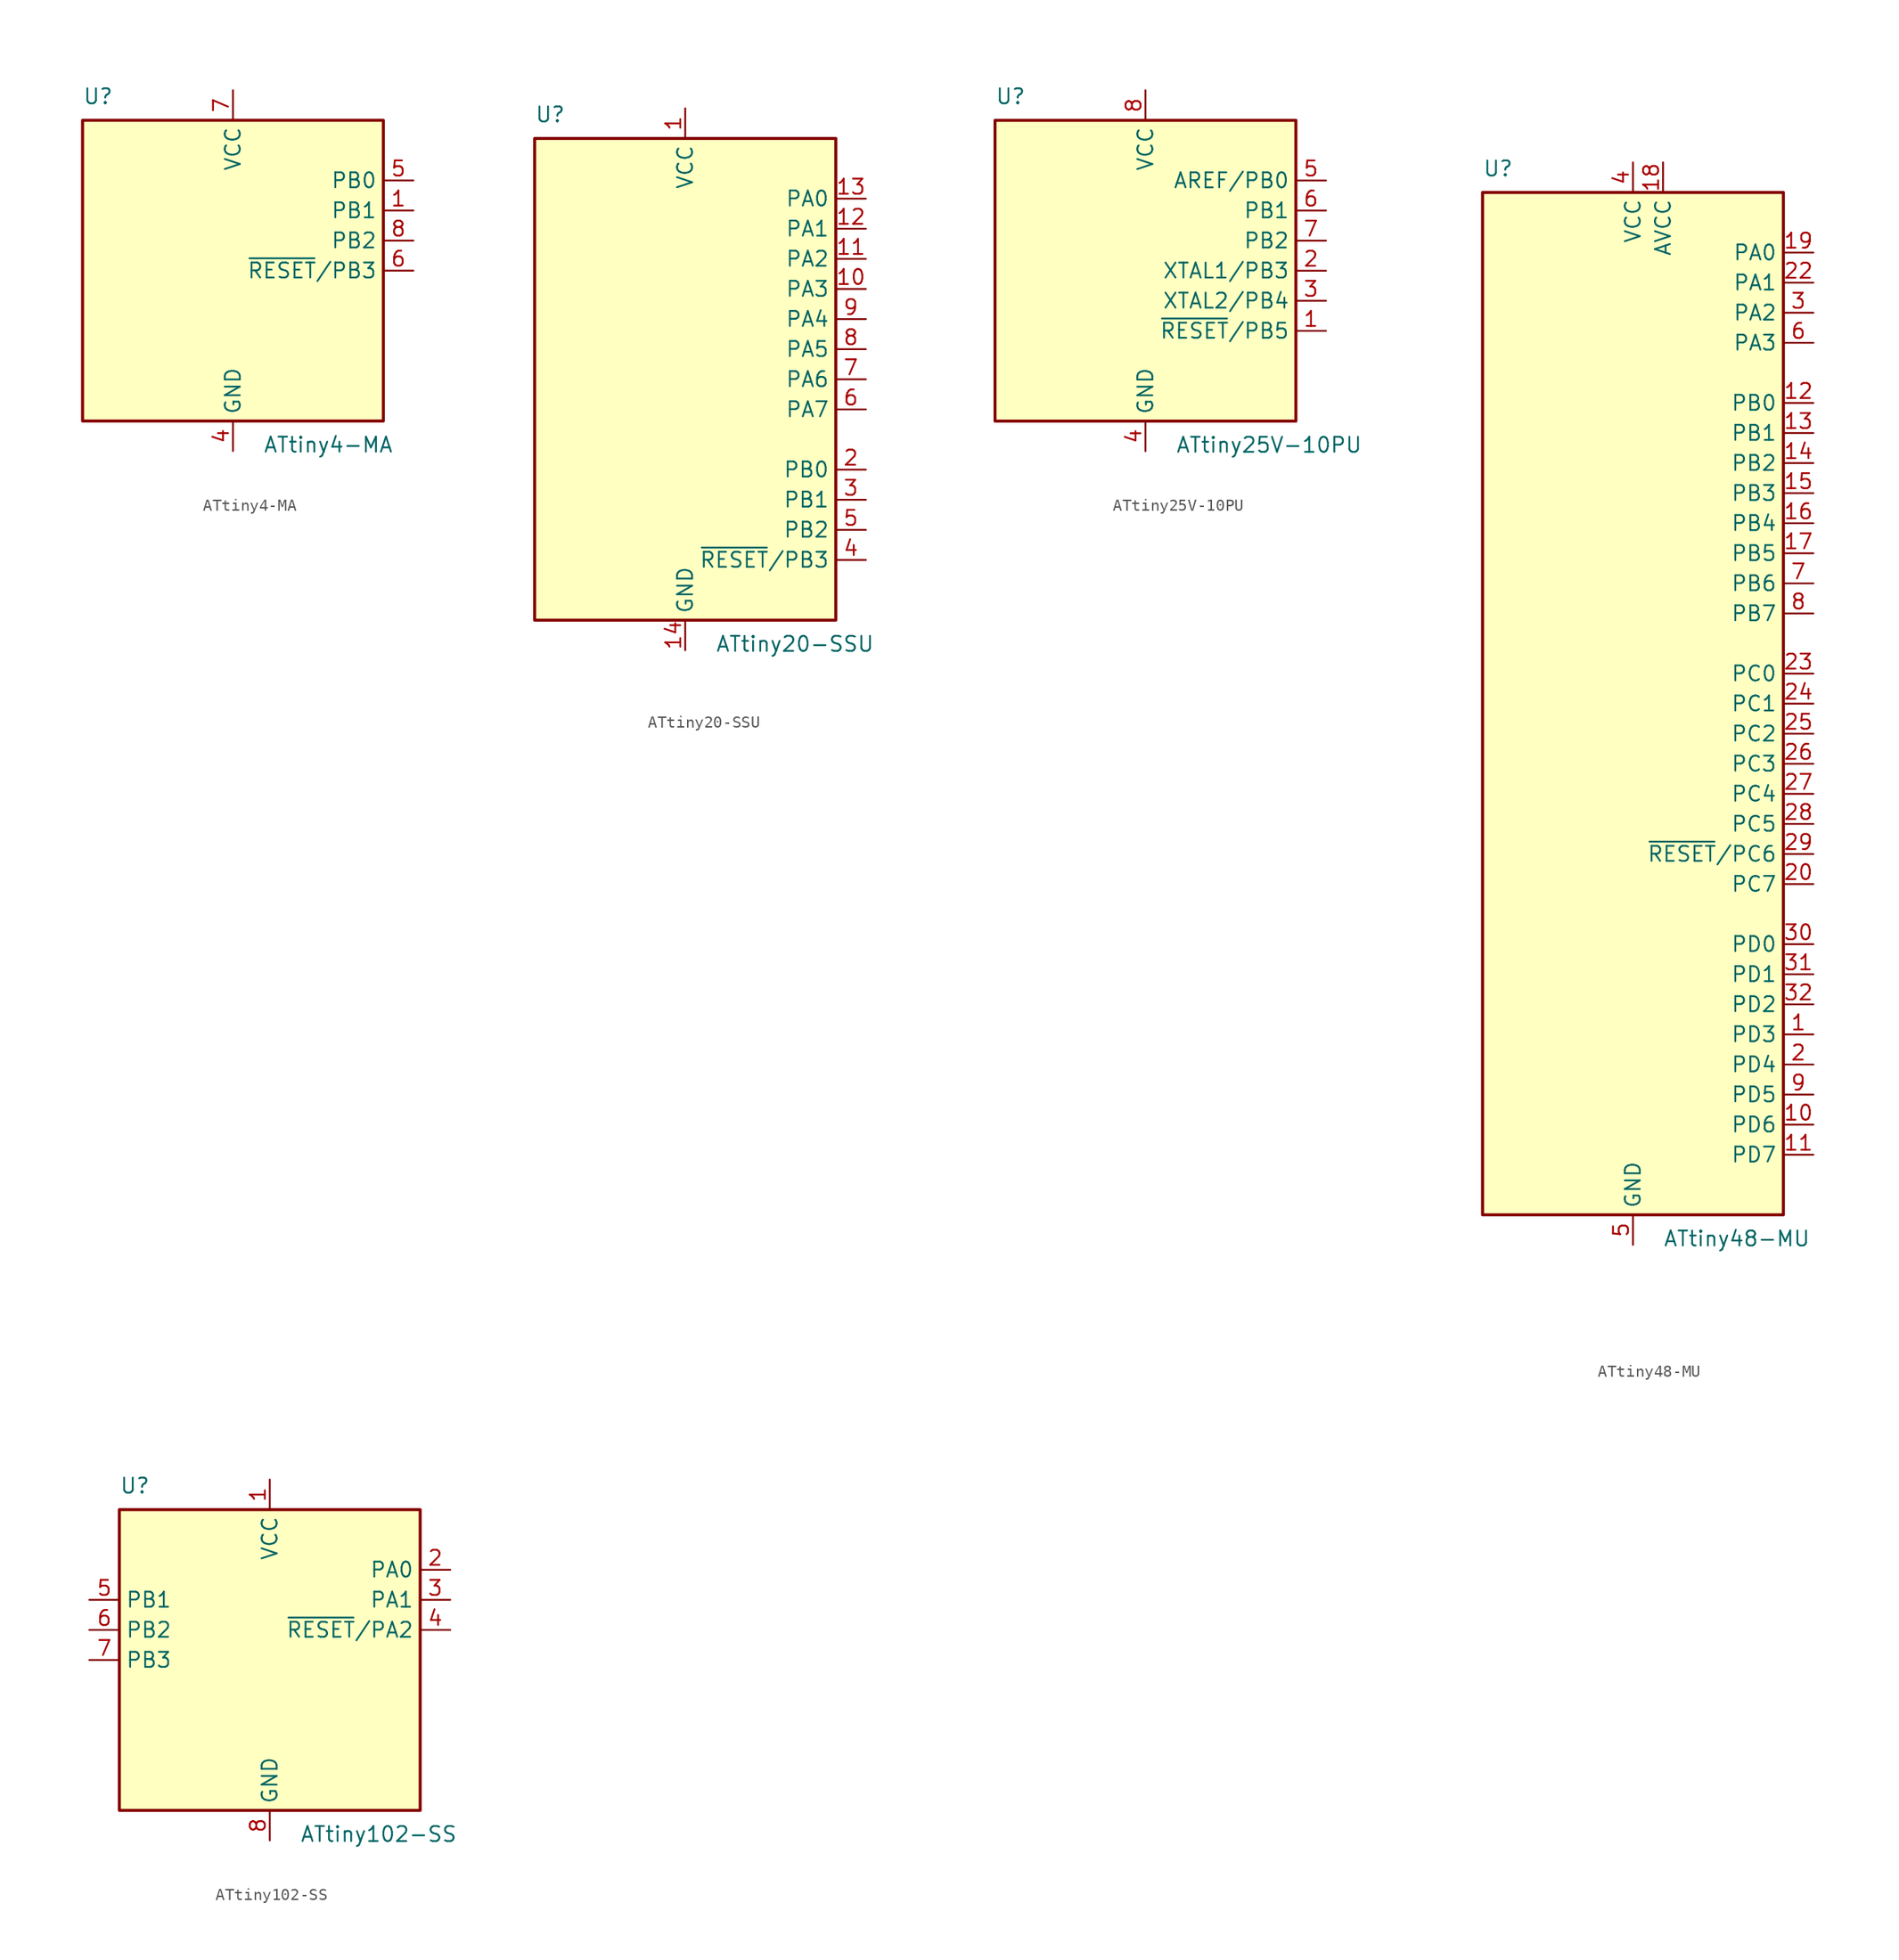
<source format=kicad_sym>
(kicad_symbol_lib
  (version 20201005)
  (generator kicad_symbol_editor)
  (symbol "ATtiny4-MA"
    (property "Reference" "U"
      (at -12.7 13.97 0)
      (effects (font (size 1.27 1.27)) (justify left bottom)))
    (property "Value" "ATtiny4-MA"
      (at 2.54 -13.97 0)
      (effects (font (size 1.27 1.27)) (justify left top)))
    (symbol "ATtiny4-MA_0_1"
      (rectangle (start -12.7 -12.7) (end 12.7 12.7) (stroke (width 0.254)) (fill (type background))))
    (symbol "ATtiny4-MA_1_1"
      (pin tri_state line (at 15.24 5.08 180) (length 2.54) (name "PB1" (effects (font (size 1.27 1.27)))) (number "1" (effects (font (size 1.27 1.27)))))
      (pin no_connect line (at -12.7 7.62 0) (length 2.54) hide (name "NC" (effects (font (size 1.27 1.27)))) (number "2" (effects (font (size 1.27 1.27)))))
      (pin no_connect line (at -12.7 5.08 0) (length 2.54) hide (name "NC" (effects (font (size 1.27 1.27)))) (number "3" (effects (font (size 1.27 1.27)))))
      (pin power_in line (at 0 -15.24 90) (length 2.54) (name "GND" (effects (font (size 1.27 1.27)))) (number "4" (effects (font (size 1.27 1.27)))))
      (pin tri_state line (at 15.24 7.62 180) (length 2.54) (name "PB0" (effects (font (size 1.27 1.27)))) (number "5" (effects (font (size 1.27 1.27)))))
      (pin tri_state line (at 15.24 0 180) (length 2.54) (name "~RESET~/PB3" (effects (font (size 1.27 1.27)))) (number "6" (effects (font (size 1.27 1.27)))))
      (pin power_in line (at 0 15.24 270) (length 2.54) (name "VCC" (effects (font (size 1.27 1.27)))) (number "7" (effects (font (size 1.27 1.27)))))
      (pin tri_state line (at 15.24 2.54 180) (length 2.54) (name "PB2" (effects (font (size 1.27 1.27)))) (number "8" (effects (font (size 1.27 1.27)))))))
  (symbol "ATtiny20-SSU"
    (property "Reference" "U"
      (at -12.7 21.59 0)
      (effects (font (size 1.27 1.27)) (justify left bottom)))
    (property "Value" "ATtiny20-SSU"
      (at 2.54 -21.59 0)
      (effects (font (size 1.27 1.27)) (justify left top)))
    (symbol "ATtiny20-SSU_0_1"
      (rectangle (start -12.7 -20.32) (end 12.7 20.32) (stroke (width 0.254)) (fill (type background))))
    (symbol "ATtiny20-SSU_1_1"
      (pin power_in line (at 0 22.86 270) (length 2.54) (name "VCC" (effects (font (size 1.27 1.27)))) (number "1" (effects (font (size 1.27 1.27)))))
      (pin tri_state line (at 15.24 7.62 180) (length 2.54) (name "PA3" (effects (font (size 1.27 1.27)))) (number "10" (effects (font (size 1.27 1.27)))))
      (pin tri_state line (at 15.24 10.16 180) (length 2.54) (name "PA2" (effects (font (size 1.27 1.27)))) (number "11" (effects (font (size 1.27 1.27)))))
      (pin tri_state line (at 15.24 12.7 180) (length 2.54) (name "PA1" (effects (font (size 1.27 1.27)))) (number "12" (effects (font (size 1.27 1.27)))))
      (pin tri_state line (at 15.24 15.24 180) (length 2.54) (name "PA0" (effects (font (size 1.27 1.27)))) (number "13" (effects (font (size 1.27 1.27)))))
      (pin power_in line (at 0 -22.86 90) (length 2.54) (name "GND" (effects (font (size 1.27 1.27)))) (number "14" (effects (font (size 1.27 1.27)))))
      (pin tri_state line (at 15.24 -7.62 180) (length 2.54) (name "PB0" (effects (font (size 1.27 1.27)))) (number "2" (effects (font (size 1.27 1.27)))))
      (pin tri_state line (at 15.24 -10.16 180) (length 2.54) (name "PB1" (effects (font (size 1.27 1.27)))) (number "3" (effects (font (size 1.27 1.27)))))
      (pin tri_state line (at 15.24 -15.24 180) (length 2.54) (name "~RESET~/PB3" (effects (font (size 1.27 1.27)))) (number "4" (effects (font (size 1.27 1.27)))))
      (pin tri_state line (at 15.24 -12.7 180) (length 2.54) (name "PB2" (effects (font (size 1.27 1.27)))) (number "5" (effects (font (size 1.27 1.27)))))
      (pin tri_state line (at 15.24 -2.54 180) (length 2.54) (name "PA7" (effects (font (size 1.27 1.27)))) (number "6" (effects (font (size 1.27 1.27)))))
      (pin tri_state line (at 15.24 0 180) (length 2.54) (name "PA6" (effects (font (size 1.27 1.27)))) (number "7" (effects (font (size 1.27 1.27)))))
      (pin tri_state line (at 15.24 2.54 180) (length 2.54) (name "PA5" (effects (font (size 1.27 1.27)))) (number "8" (effects (font (size 1.27 1.27)))))
      (pin tri_state line (at 15.24 5.08 180) (length 2.54) (name "PA4" (effects (font (size 1.27 1.27)))) (number "9" (effects (font (size 1.27 1.27)))))))
  (symbol "ATtiny25V-10PU"
    (property "Reference" "U"
      (at -12.7 13.97 0)
      (effects (font (size 1.27 1.27)) (justify left bottom)))
    (property "Value" "ATtiny25V-10PU"
      (at 2.54 -13.97 0)
      (effects (font (size 1.27 1.27)) (justify left top)))
    (symbol "ATtiny25V-10PU_0_1"
      (rectangle (start -12.7 -12.7) (end 12.7 12.7) (stroke (width 0.254)) (fill (type background))))
    (symbol "ATtiny25V-10PU_1_1"
      (pin tri_state line (at 15.24 -5.08 180) (length 2.54) (name "~RESET~/PB5" (effects (font (size 1.27 1.27)))) (number "1" (effects (font (size 1.27 1.27)))))
      (pin tri_state line (at 15.24 0 180) (length 2.54) (name "XTAL1/PB3" (effects (font (size 1.27 1.27)))) (number "2" (effects (font (size 1.27 1.27)))))
      (pin tri_state line (at 15.24 -2.54 180) (length 2.54) (name "XTAL2/PB4" (effects (font (size 1.27 1.27)))) (number "3" (effects (font (size 1.27 1.27)))))
      (pin power_in line (at 0 -15.24 90) (length 2.54) (name "GND" (effects (font (size 1.27 1.27)))) (number "4" (effects (font (size 1.27 1.27)))))
      (pin tri_state line (at 15.24 7.62 180) (length 2.54) (name "AREF/PB0" (effects (font (size 1.27 1.27)))) (number "5" (effects (font (size 1.27 1.27)))))
      (pin tri_state line (at 15.24 5.08 180) (length 2.54) (name "PB1" (effects (font (size 1.27 1.27)))) (number "6" (effects (font (size 1.27 1.27)))))
      (pin tri_state line (at 15.24 2.54 180) (length 2.54) (name "PB2" (effects (font (size 1.27 1.27)))) (number "7" (effects (font (size 1.27 1.27)))))
      (pin power_in line (at 0 15.24 270) (length 2.54) (name "VCC" (effects (font (size 1.27 1.27)))) (number "8" (effects (font (size 1.27 1.27)))))))
  (symbol "ATtiny48-MU"
    (property "Reference" "U"
      (at -12.7 44.45 0)
      (effects (font (size 1.27 1.27)) (justify left bottom)))
    (property "Value" "ATtiny48-MU"
      (at 2.54 -44.45 0)
      (effects (font (size 1.27 1.27)) (justify left top)))
    (symbol "ATtiny48-MU_0_1"
      (rectangle (start -12.7 -43.18) (end 12.7 43.18) (stroke (width 0.254)) (fill (type background))))
    (symbol "ATtiny48-MU_1_1"
      (pin tri_state line (at 15.24 -27.94 180) (length 2.54) (name "PD3" (effects (font (size 1.27 1.27)))) (number "1" (effects (font (size 1.27 1.27)))))
      (pin tri_state line (at 15.24 -35.56 180) (length 2.54) (name "PD6" (effects (font (size 1.27 1.27)))) (number "10" (effects (font (size 1.27 1.27)))))
      (pin tri_state line (at 15.24 -38.1 180) (length 2.54) (name "PD7" (effects (font (size 1.27 1.27)))) (number "11" (effects (font (size 1.27 1.27)))))
      (pin tri_state line (at 15.24 25.4 180) (length 2.54) (name "PB0" (effects (font (size 1.27 1.27)))) (number "12" (effects (font (size 1.27 1.27)))))
      (pin tri_state line (at 15.24 22.86 180) (length 2.54) (name "PB1" (effects (font (size 1.27 1.27)))) (number "13" (effects (font (size 1.27 1.27)))))
      (pin tri_state line (at 15.24 20.32 180) (length 2.54) (name "PB2" (effects (font (size 1.27 1.27)))) (number "14" (effects (font (size 1.27 1.27)))))
      (pin tri_state line (at 15.24 17.78 180) (length 2.54) (name "PB3" (effects (font (size 1.27 1.27)))) (number "15" (effects (font (size 1.27 1.27)))))
      (pin tri_state line (at 15.24 15.24 180) (length 2.54) (name "PB4" (effects (font (size 1.27 1.27)))) (number "16" (effects (font (size 1.27 1.27)))))
      (pin tri_state line (at 15.24 12.7 180) (length 2.54) (name "PB5" (effects (font (size 1.27 1.27)))) (number "17" (effects (font (size 1.27 1.27)))))
      (pin power_in line (at 2.54 45.72 270) (length 2.54) (name "AVCC" (effects (font (size 1.27 1.27)))) (number "18" (effects (font (size 1.27 1.27)))))
      (pin tri_state line (at 15.24 38.1 180) (length 2.54) (name "PA0" (effects (font (size 1.27 1.27)))) (number "19" (effects (font (size 1.27 1.27)))))
      (pin tri_state line (at 15.24 -30.48 180) (length 2.54) (name "PD4" (effects (font (size 1.27 1.27)))) (number "2" (effects (font (size 1.27 1.27)))))
      (pin tri_state line (at 15.24 -15.24 180) (length 2.54) (name "PC7" (effects (font (size 1.27 1.27)))) (number "20" (effects (font (size 1.27 1.27)))))
      (pin passive line (at 0 -45.72 90) (length 2.54) hide (name "GND" (effects (font (size 1.27 1.27)))) (number "21" (effects (font (size 1.27 1.27)))))
      (pin tri_state line (at 15.24 35.56 180) (length 2.54) (name "PA1" (effects (font (size 1.27 1.27)))) (number "22" (effects (font (size 1.27 1.27)))))
      (pin tri_state line (at 15.24 2.54 180) (length 2.54) (name "PC0" (effects (font (size 1.27 1.27)))) (number "23" (effects (font (size 1.27 1.27)))))
      (pin tri_state line (at 15.24 0 180) (length 2.54) (name "PC1" (effects (font (size 1.27 1.27)))) (number "24" (effects (font (size 1.27 1.27)))))
      (pin tri_state line (at 15.24 -2.54 180) (length 2.54) (name "PC2" (effects (font (size 1.27 1.27)))) (number "25" (effects (font (size 1.27 1.27)))))
      (pin tri_state line (at 15.24 -5.08 180) (length 2.54) (name "PC3" (effects (font (size 1.27 1.27)))) (number "26" (effects (font (size 1.27 1.27)))))
      (pin tri_state line (at 15.24 -7.62 180) (length 2.54) (name "PC4" (effects (font (size 1.27 1.27)))) (number "27" (effects (font (size 1.27 1.27)))))
      (pin tri_state line (at 15.24 -10.16 180) (length 2.54) (name "PC5" (effects (font (size 1.27 1.27)))) (number "28" (effects (font (size 1.27 1.27)))))
      (pin tri_state line (at 15.24 -12.7 180) (length 2.54) (name "~RESET~/PC6" (effects (font (size 1.27 1.27)))) (number "29" (effects (font (size 1.27 1.27)))))
      (pin tri_state line (at 15.24 33.02 180) (length 2.54) (name "PA2" (effects (font (size 1.27 1.27)))) (number "3" (effects (font (size 1.27 1.27)))))
      (pin tri_state line (at 15.24 -20.32 180) (length 2.54) (name "PD0" (effects (font (size 1.27 1.27)))) (number "30" (effects (font (size 1.27 1.27)))))
      (pin tri_state line (at 15.24 -22.86 180) (length 2.54) (name "PD1" (effects (font (size 1.27 1.27)))) (number "31" (effects (font (size 1.27 1.27)))))
      (pin tri_state line (at 15.24 -25.4 180) (length 2.54) (name "PD2" (effects (font (size 1.27 1.27)))) (number "32" (effects (font (size 1.27 1.27)))))
      (pin passive line (at 0 -45.72 90) (length 2.54) hide (name "GND" (effects (font (size 1.27 1.27)))) (number "33" (effects (font (size 1.27 1.27)))))
      (pin power_in line (at 0 45.72 270) (length 2.54) (name "VCC" (effects (font (size 1.27 1.27)))) (number "4" (effects (font (size 1.27 1.27)))))
      (pin power_in line (at 0 -45.72 90) (length 2.54) (name "GND" (effects (font (size 1.27 1.27)))) (number "5" (effects (font (size 1.27 1.27)))))
      (pin tri_state line (at 15.24 30.48 180) (length 2.54) (name "PA3" (effects (font (size 1.27 1.27)))) (number "6" (effects (font (size 1.27 1.27)))))
      (pin tri_state line (at 15.24 10.16 180) (length 2.54) (name "PB6" (effects (font (size 1.27 1.27)))) (number "7" (effects (font (size 1.27 1.27)))))
      (pin tri_state line (at 15.24 7.62 180) (length 2.54) (name "PB7" (effects (font (size 1.27 1.27)))) (number "8" (effects (font (size 1.27 1.27)))))
      (pin tri_state line (at 15.24 -33.02 180) (length 2.54) (name "PD5" (effects (font (size 1.27 1.27)))) (number "9" (effects (font (size 1.27 1.27)))))))
  (symbol "ATtiny102-SS"
    (property "Reference" "U"
      (at -12.7 13.97 0)
      (effects (font (size 1.27 1.27)) (justify left bottom)))
    (property "Value" "ATtiny102-SS"
      (at 2.54 -13.97 0)
      (effects (font (size 1.27 1.27)) (justify left top)))
    (symbol "ATtiny102-SS_0_1"
      (rectangle (start -12.7 -12.7) (end 12.7 12.7) (stroke (width 0.254)) (fill (type background))))
    (symbol "ATtiny102-SS_1_1"
      (pin power_in line (at 0 15.24 270) (length 2.54) (name "VCC" (effects (font (size 1.27 1.27)))) (number "1" (effects (font (size 1.27 1.27)))))
      (pin tri_state line (at 15.24 7.62 180) (length 2.54) (name "PA0" (effects (font (size 1.27 1.27)))) (number "2" (effects (font (size 1.27 1.27)))))
      (pin tri_state line (at 15.24 5.08 180) (length 2.54) (name "PA1" (effects (font (size 1.27 1.27)))) (number "3" (effects (font (size 1.27 1.27)))))
      (pin tri_state line (at 15.24 2.54 180) (length 2.54) (name "~RESET~/PA2" (effects (font (size 1.27 1.27)))) (number "4" (effects (font (size 1.27 1.27)))))
      (pin tri_state line (at -15.24 5.08 0) (length 2.54) (name "PB1" (effects (font (size 1.27 1.27)))) (number "5" (effects (font (size 1.27 1.27)))))
      (pin tri_state line (at -15.24 2.54 0) (length 2.54) (name "PB2" (effects (font (size 1.27 1.27)))) (number "6" (effects (font (size 1.27 1.27)))))
      (pin tri_state line (at -15.24 0 0) (length 2.54) (name "PB3" (effects (font (size 1.27 1.27)))) (number "7" (effects (font (size 1.27 1.27)))))
      (pin power_in line (at 0 -15.24 90) (length 2.54) (name "GND" (effects (font (size 1.27 1.27)))) (number "8" (effects (font (size 1.27 1.27))))))))
</source>
